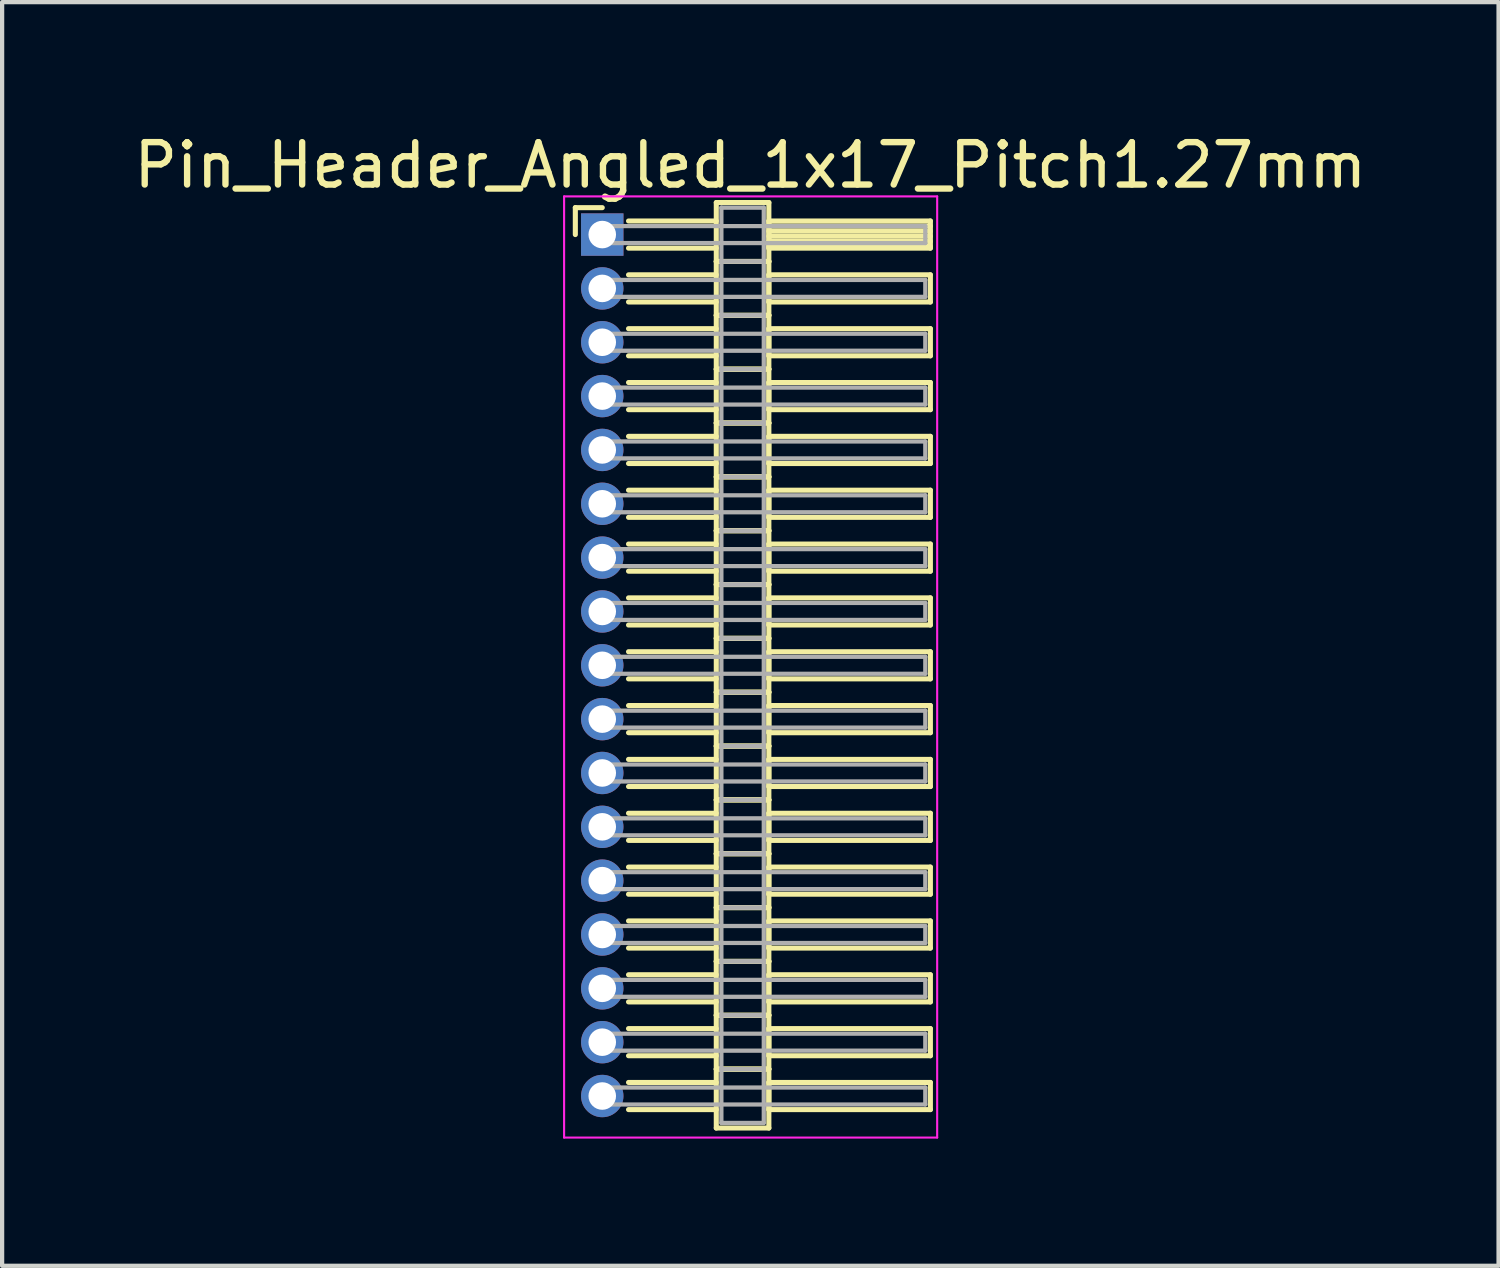
<source format=kicad_pcb>
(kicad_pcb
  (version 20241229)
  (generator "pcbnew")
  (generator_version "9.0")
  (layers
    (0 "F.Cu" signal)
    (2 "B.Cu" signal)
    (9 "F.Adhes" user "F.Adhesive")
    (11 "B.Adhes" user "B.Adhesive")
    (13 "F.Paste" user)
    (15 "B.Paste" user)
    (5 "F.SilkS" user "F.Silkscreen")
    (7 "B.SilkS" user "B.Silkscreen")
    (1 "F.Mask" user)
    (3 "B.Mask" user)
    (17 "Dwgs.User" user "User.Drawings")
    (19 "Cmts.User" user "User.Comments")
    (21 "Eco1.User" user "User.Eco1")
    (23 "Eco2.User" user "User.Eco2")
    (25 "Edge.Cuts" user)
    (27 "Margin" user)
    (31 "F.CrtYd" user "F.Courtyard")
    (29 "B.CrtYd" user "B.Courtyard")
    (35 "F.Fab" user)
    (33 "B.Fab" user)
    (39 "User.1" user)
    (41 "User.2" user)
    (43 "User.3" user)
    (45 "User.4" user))
  (footprint "Pin_Header_Angled_1x17_Pitch1.27mm"
    (layer "F.Cu")
    (at 11.156 2.483)
    (property "Reference" "Pin_Header_Angled_1x17_Pitch1.27mm" (at 3.493 -1.635 0) (layer "F.SilkS") (effects (font (size 1 1) (thickness 0.15))))
    (attr through_hole)
    (fp_line (start -0.635 -0.635) (end 0 -0.635) (stroke (width 0.12) (type solid)) (layer "F.SilkS"))
    (fp_line (start -0.635 0) (end -0.635 -0.635) (stroke (width 0.12) (type solid)) (layer "F.SilkS"))
    (fp_line (start 0.62 -0.32) (end 2.69 -0.32) (stroke (width 0.12) (type solid)) (layer "F.SilkS"))
    (fp_line (start 0.62 0.32) (end 2.69 0.32) (stroke (width 0.12) (type solid)) (layer "F.SilkS"))
    (fp_line (start 0.62 0.95) (end 2.69 0.95) (stroke (width 0.12) (type solid)) (layer "F.SilkS"))
    (fp_line (start 0.62 1.59) (end 2.69 1.59) (stroke (width 0.12) (type solid)) (layer "F.SilkS"))
    (fp_line (start 0.62 2.22) (end 2.69 2.22) (stroke (width 0.12) (type solid)) (layer "F.SilkS"))
    (fp_line (start 0.62 2.86) (end 2.69 2.86) (stroke (width 0.12) (type solid)) (layer "F.SilkS"))
    (fp_line (start 0.62 3.49) (end 2.69 3.49) (stroke (width 0.12) (type solid)) (layer "F.SilkS"))
    (fp_line (start 0.62 4.13) (end 2.69 4.13) (stroke (width 0.12) (type solid)) (layer "F.SilkS"))
    (fp_line (start 0.62 4.76) (end 2.69 4.76) (stroke (width 0.12) (type solid)) (layer "F.SilkS"))
    (fp_line (start 0.62 5.4) (end 2.69 5.4) (stroke (width 0.12) (type solid)) (layer "F.SilkS"))
    (fp_line (start 0.62 6.03) (end 2.69 6.03) (stroke (width 0.12) (type solid)) (layer "F.SilkS"))
    (fp_line (start 0.62 6.67) (end 2.69 6.67) (stroke (width 0.12) (type solid)) (layer "F.SilkS"))
    (fp_line (start 0.62 7.3) (end 2.69 7.3) (stroke (width 0.12) (type solid)) (layer "F.SilkS"))
    (fp_line (start 0.62 7.94) (end 2.69 7.94) (stroke (width 0.12) (type solid)) (layer "F.SilkS"))
    (fp_line (start 0.62 8.57) (end 2.69 8.57) (stroke (width 0.12) (type solid)) (layer "F.SilkS"))
    (fp_line (start 0.62 9.21) (end 2.69 9.21) (stroke (width 0.12) (type solid)) (layer "F.SilkS"))
    (fp_line (start 0.62 9.84) (end 2.69 9.84) (stroke (width 0.12) (type solid)) (layer "F.SilkS"))
    (fp_line (start 0.62 10.48) (end 2.69 10.48) (stroke (width 0.12) (type solid)) (layer "F.SilkS"))
    (fp_line (start 0.62 11.11) (end 2.69 11.11) (stroke (width 0.12) (type solid)) (layer "F.SilkS"))
    (fp_line (start 0.62 11.75) (end 2.69 11.75) (stroke (width 0.12) (type solid)) (layer "F.SilkS"))
    (fp_line (start 0.62 12.38) (end 2.69 12.38) (stroke (width 0.12) (type solid)) (layer "F.SilkS"))
    (fp_line (start 0.62 13.02) (end 2.69 13.02) (stroke (width 0.12) (type solid)) (layer "F.SilkS"))
    (fp_line (start 0.62 13.65) (end 2.69 13.65) (stroke (width 0.12) (type solid)) (layer "F.SilkS"))
    (fp_line (start 0.62 14.29) (end 2.69 14.29) (stroke (width 0.12) (type solid)) (layer "F.SilkS"))
    (fp_line (start 0.62 14.92) (end 2.69 14.92) (stroke (width 0.12) (type solid)) (layer "F.SilkS"))
    (fp_line (start 0.62 15.56) (end 2.69 15.56) (stroke (width 0.12) (type solid)) (layer "F.SilkS"))
    (fp_line (start 0.62 16.19) (end 2.69 16.19) (stroke (width 0.12) (type solid)) (layer "F.SilkS"))
    (fp_line (start 0.62 16.83) (end 2.69 16.83) (stroke (width 0.12) (type solid)) (layer "F.SilkS"))
    (fp_line (start 0.62 17.46) (end 2.69 17.46) (stroke (width 0.12) (type solid)) (layer "F.SilkS"))
    (fp_line (start 0.62 18.1) (end 2.69 18.1) (stroke (width 0.12) (type solid)) (layer "F.SilkS"))
    (fp_line (start 0.62 18.73) (end 2.69 18.73) (stroke (width 0.12) (type solid)) (layer "F.SilkS"))
    (fp_line (start 0.62 19.37) (end 2.69 19.37) (stroke (width 0.12) (type solid)) (layer "F.SilkS"))
    (fp_line (start 0.62 20) (end 2.69 20) (stroke (width 0.12) (type solid)) (layer "F.SilkS"))
    (fp_line (start 0.62 20.64) (end 2.69 20.64) (stroke (width 0.12) (type solid)) (layer "F.SilkS"))
    (fp_line (start 2.69 -0.755) (end 2.69 0.635) (stroke (width 0.12) (type solid)) (layer "F.SilkS"))
    (fp_line (start 2.69 0.635) (end 2.69 1.905) (stroke (width 0.12) (type solid)) (layer "F.SilkS"))
    (fp_line (start 2.69 0.635) (end 3.93 0.635) (stroke (width 0.12) (type solid)) (layer "F.SilkS"))
    (fp_line (start 2.69 1.905) (end 2.69 3.175) (stroke (width 0.12) (type solid)) (layer "F.SilkS"))
    (fp_line (start 2.69 1.905) (end 3.93 1.905) (stroke (width 0.12) (type solid)) (layer "F.SilkS"))
    (fp_line (start 2.69 3.175) (end 2.69 4.445) (stroke (width 0.12) (type solid)) (layer "F.SilkS"))
    (fp_line (start 2.69 3.175) (end 3.93 3.175) (stroke (width 0.12) (type solid)) (layer "F.SilkS"))
    (fp_line (start 2.69 4.445) (end 2.69 5.715) (stroke (width 0.12) (type solid)) (layer "F.SilkS"))
    (fp_line (start 2.69 4.445) (end 3.93 4.445) (stroke (width 0.12) (type solid)) (layer "F.SilkS"))
    (fp_line (start 2.69 5.715) (end 2.69 6.985) (stroke (width 0.12) (type solid)) (layer "F.SilkS"))
    (fp_line (start 2.69 5.715) (end 3.93 5.715) (stroke (width 0.12) (type solid)) (layer "F.SilkS"))
    (fp_line (start 2.69 6.985) (end 2.69 8.255) (stroke (width 0.12) (type solid)) (layer "F.SilkS"))
    (fp_line (start 2.69 6.985) (end 3.93 6.985) (stroke (width 0.12) (type solid)) (layer "F.SilkS"))
    (fp_line (start 2.69 8.255) (end 2.69 9.525) (stroke (width 0.12) (type solid)) (layer "F.SilkS"))
    (fp_line (start 2.69 8.255) (end 3.93 8.255) (stroke (width 0.12) (type solid)) (layer "F.SilkS"))
    (fp_line (start 2.69 9.525) (end 2.69 10.795) (stroke (width 0.12) (type solid)) (layer "F.SilkS"))
    (fp_line (start 2.69 9.525) (end 3.93 9.525) (stroke (width 0.12) (type solid)) (layer "F.SilkS"))
    (fp_line (start 2.69 10.795) (end 2.69 12.065) (stroke (width 0.12) (type solid)) (layer "F.SilkS"))
    (fp_line (start 2.69 10.795) (end 3.93 10.795) (stroke (width 0.12) (type solid)) (layer "F.SilkS"))
    (fp_line (start 2.69 12.065) (end 2.69 13.335) (stroke (width 0.12) (type solid)) (layer "F.SilkS"))
    (fp_line (start 2.69 12.065) (end 3.93 12.065) (stroke (width 0.12) (type solid)) (layer "F.SilkS"))
    (fp_line (start 2.69 13.335) (end 2.69 14.605) (stroke (width 0.12) (type solid)) (layer "F.SilkS"))
    (fp_line (start 2.69 13.335) (end 3.93 13.335) (stroke (width 0.12) (type solid)) (layer "F.SilkS"))
    (fp_line (start 2.69 14.605) (end 2.69 15.875) (stroke (width 0.12) (type solid)) (layer "F.SilkS"))
    (fp_line (start 2.69 14.605) (end 3.93 14.605) (stroke (width 0.12) (type solid)) (layer "F.SilkS"))
    (fp_line (start 2.69 15.875) (end 2.69 17.145) (stroke (width 0.12) (type solid)) (layer "F.SilkS"))
    (fp_line (start 2.69 15.875) (end 3.93 15.875) (stroke (width 0.12) (type solid)) (layer "F.SilkS"))
    (fp_line (start 2.69 17.145) (end 2.69 18.415) (stroke (width 0.12) (type solid)) (layer "F.SilkS"))
    (fp_line (start 2.69 17.145) (end 3.93 17.145) (stroke (width 0.12) (type solid)) (layer "F.SilkS"))
    (fp_line (start 2.69 18.415) (end 2.69 19.685) (stroke (width 0.12) (type solid)) (layer "F.SilkS"))
    (fp_line (start 2.69 18.415) (end 3.93 18.415) (stroke (width 0.12) (type solid)) (layer "F.SilkS"))
    (fp_line (start 2.69 19.685) (end 2.69 21.075) (stroke (width 0.12) (type solid)) (layer "F.SilkS"))
    (fp_line (start 2.69 19.685) (end 3.93 19.685) (stroke (width 0.12) (type solid)) (layer "F.SilkS"))
    (fp_line (start 2.69 21.075) (end 3.93 21.075) (stroke (width 0.12) (type solid)) (layer "F.SilkS"))
    (fp_line (start 3.93 -0.755) (end 2.69 -0.755) (stroke (width 0.12) (type solid)) (layer "F.SilkS"))
    (fp_line (start 3.93 -0.32) (end 3.93 0.32) (stroke (width 0.12) (type solid)) (layer "F.SilkS"))
    (fp_line (start 3.93 -0.2) (end 7.74 -0.2) (stroke (width 0.12) (type solid)) (layer "F.SilkS"))
    (fp_line (start 3.93 -0.08) (end 7.74 -0.08) (stroke (width 0.12) (type solid)) (layer "F.SilkS"))
    (fp_line (start 3.93 0.04) (end 7.74 0.04) (stroke (width 0.12) (type solid)) (layer "F.SilkS"))
    (fp_line (start 3.93 0.16) (end 7.74 0.16) (stroke (width 0.12) (type solid)) (layer "F.SilkS"))
    (fp_line (start 3.93 0.28) (end 7.74 0.28) (stroke (width 0.12) (type solid)) (layer "F.SilkS"))
    (fp_line (start 3.93 0.32) (end 7.74 0.32) (stroke (width 0.12) (type solid)) (layer "F.SilkS"))
    (fp_line (start 3.93 0.635) (end 2.69 0.635) (stroke (width 0.12) (type solid)) (layer "F.SilkS"))
    (fp_line (start 3.93 0.635) (end 3.93 -0.755) (stroke (width 0.12) (type solid)) (layer "F.SilkS"))
    (fp_line (start 3.93 0.95) (end 3.93 1.59) (stroke (width 0.12) (type solid)) (layer "F.SilkS"))
    (fp_line (start 3.93 1.59) (end 7.74 1.59) (stroke (width 0.12) (type solid)) (layer "F.SilkS"))
    (fp_line (start 3.93 1.905) (end 2.69 1.905) (stroke (width 0.12) (type solid)) (layer "F.SilkS"))
    (fp_line (start 3.93 1.905) (end 3.93 0.635) (stroke (width 0.12) (type solid)) (layer "F.SilkS"))
    (fp_line (start 3.93 2.22) (end 3.93 2.86) (stroke (width 0.12) (type solid)) (layer "F.SilkS"))
    (fp_line (start 3.93 2.86) (end 7.74 2.86) (stroke (width 0.12) (type solid)) (layer "F.SilkS"))
    (fp_line (start 3.93 3.175) (end 2.69 3.175) (stroke (width 0.12) (type solid)) (layer "F.SilkS"))
    (fp_line (start 3.93 3.175) (end 3.93 1.905) (stroke (width 0.12) (type solid)) (layer "F.SilkS"))
    (fp_line (start 3.93 3.49) (end 3.93 4.13) (stroke (width 0.12) (type solid)) (layer "F.SilkS"))
    (fp_line (start 3.93 4.13) (end 7.74 4.13) (stroke (width 0.12) (type solid)) (layer "F.SilkS"))
    (fp_line (start 3.93 4.445) (end 2.69 4.445) (stroke (width 0.12) (type solid)) (layer "F.SilkS"))
    (fp_line (start 3.93 4.445) (end 3.93 3.175) (stroke (width 0.12) (type solid)) (layer "F.SilkS"))
    (fp_line (start 3.93 4.76) (end 3.93 5.4) (stroke (width 0.12) (type solid)) (layer "F.SilkS"))
    (fp_line (start 3.93 5.4) (end 7.74 5.4) (stroke (width 0.12) (type solid)) (layer "F.SilkS"))
    (fp_line (start 3.93 5.715) (end 2.69 5.715) (stroke (width 0.12) (type solid)) (layer "F.SilkS"))
    (fp_line (start 3.93 5.715) (end 3.93 4.445) (stroke (width 0.12) (type solid)) (layer "F.SilkS"))
    (fp_line (start 3.93 6.03) (end 3.93 6.67) (stroke (width 0.12) (type solid)) (layer "F.SilkS"))
    (fp_line (start 3.93 6.67) (end 7.74 6.67) (stroke (width 0.12) (type solid)) (layer "F.SilkS"))
    (fp_line (start 3.93 6.985) (end 2.69 6.985) (stroke (width 0.12) (type solid)) (layer "F.SilkS"))
    (fp_line (start 3.93 6.985) (end 3.93 5.715) (stroke (width 0.12) (type solid)) (layer "F.SilkS"))
    (fp_line (start 3.93 7.3) (end 3.93 7.94) (stroke (width 0.12) (type solid)) (layer "F.SilkS"))
    (fp_line (start 3.93 7.94) (end 7.74 7.94) (stroke (width 0.12) (type solid)) (layer "F.SilkS"))
    (fp_line (start 3.93 8.255) (end 2.69 8.255) (stroke (width 0.12) (type solid)) (layer "F.SilkS"))
    (fp_line (start 3.93 8.255) (end 3.93 6.985) (stroke (width 0.12) (type solid)) (layer "F.SilkS"))
    (fp_line (start 3.93 8.57) (end 3.93 9.21) (stroke (width 0.12) (type solid)) (layer "F.SilkS"))
    (fp_line (start 3.93 9.21) (end 7.74 9.21) (stroke (width 0.12) (type solid)) (layer "F.SilkS"))
    (fp_line (start 3.93 9.525) (end 2.69 9.525) (stroke (width 0.12) (type solid)) (layer "F.SilkS"))
    (fp_line (start 3.93 9.525) (end 3.93 8.255) (stroke (width 0.12) (type solid)) (layer "F.SilkS"))
    (fp_line (start 3.93 9.84) (end 3.93 10.48) (stroke (width 0.12) (type solid)) (layer "F.SilkS"))
    (fp_line (start 3.93 10.48) (end 7.74 10.48) (stroke (width 0.12) (type solid)) (layer "F.SilkS"))
    (fp_line (start 3.93 10.795) (end 2.69 10.795) (stroke (width 0.12) (type solid)) (layer "F.SilkS"))
    (fp_line (start 3.93 10.795) (end 3.93 9.525) (stroke (width 0.12) (type solid)) (layer "F.SilkS"))
    (fp_line (start 3.93 11.11) (end 3.93 11.75) (stroke (width 0.12) (type solid)) (layer "F.SilkS"))
    (fp_line (start 3.93 11.75) (end 7.74 11.75) (stroke (width 0.12) (type solid)) (layer "F.SilkS"))
    (fp_line (start 3.93 12.065) (end 2.69 12.065) (stroke (width 0.12) (type solid)) (layer "F.SilkS"))
    (fp_line (start 3.93 12.065) (end 3.93 10.795) (stroke (width 0.12) (type solid)) (layer "F.SilkS"))
    (fp_line (start 3.93 12.38) (end 3.93 13.02) (stroke (width 0.12) (type solid)) (layer "F.SilkS"))
    (fp_line (start 3.93 13.02) (end 7.74 13.02) (stroke (width 0.12) (type solid)) (layer "F.SilkS"))
    (fp_line (start 3.93 13.335) (end 2.69 13.335) (stroke (width 0.12) (type solid)) (layer "F.SilkS"))
    (fp_line (start 3.93 13.335) (end 3.93 12.065) (stroke (width 0.12) (type solid)) (layer "F.SilkS"))
    (fp_line (start 3.93 13.65) (end 3.93 14.29) (stroke (width 0.12) (type solid)) (layer "F.SilkS"))
    (fp_line (start 3.93 14.29) (end 7.74 14.29) (stroke (width 0.12) (type solid)) (layer "F.SilkS"))
    (fp_line (start 3.93 14.605) (end 2.69 14.605) (stroke (width 0.12) (type solid)) (layer "F.SilkS"))
    (fp_line (start 3.93 14.605) (end 3.93 13.335) (stroke (width 0.12) (type solid)) (layer "F.SilkS"))
    (fp_line (start 3.93 14.92) (end 3.93 15.56) (stroke (width 0.12) (type solid)) (layer "F.SilkS"))
    (fp_line (start 3.93 15.56) (end 7.74 15.56) (stroke (width 0.12) (type solid)) (layer "F.SilkS"))
    (fp_line (start 3.93 15.875) (end 2.69 15.875) (stroke (width 0.12) (type solid)) (layer "F.SilkS"))
    (fp_line (start 3.93 15.875) (end 3.93 14.605) (stroke (width 0.12) (type solid)) (layer "F.SilkS"))
    (fp_line (start 3.93 16.19) (end 3.93 16.83) (stroke (width 0.12) (type solid)) (layer "F.SilkS"))
    (fp_line (start 3.93 16.83) (end 7.74 16.83) (stroke (width 0.12) (type solid)) (layer "F.SilkS"))
    (fp_line (start 3.93 17.145) (end 2.69 17.145) (stroke (width 0.12) (type solid)) (layer "F.SilkS"))
    (fp_line (start 3.93 17.145) (end 3.93 15.875) (stroke (width 0.12) (type solid)) (layer "F.SilkS"))
    (fp_line (start 3.93 17.46) (end 3.93 18.1) (stroke (width 0.12) (type solid)) (layer "F.SilkS"))
    (fp_line (start 3.93 18.1) (end 7.74 18.1) (stroke (width 0.12) (type solid)) (layer "F.SilkS"))
    (fp_line (start 3.93 18.415) (end 2.69 18.415) (stroke (width 0.12) (type solid)) (layer "F.SilkS"))
    (fp_line (start 3.93 18.415) (end 3.93 17.145) (stroke (width 0.12) (type solid)) (layer "F.SilkS"))
    (fp_line (start 3.93 18.73) (end 3.93 19.37) (stroke (width 0.12) (type solid)) (layer "F.SilkS"))
    (fp_line (start 3.93 19.37) (end 7.74 19.37) (stroke (width 0.12) (type solid)) (layer "F.SilkS"))
    (fp_line (start 3.93 19.685) (end 2.69 19.685) (stroke (width 0.12) (type solid)) (layer "F.SilkS"))
    (fp_line (start 3.93 19.685) (end 3.93 18.415) (stroke (width 0.12) (type solid)) (layer "F.SilkS"))
    (fp_line (start 3.93 20) (end 3.93 20.64) (stroke (width 0.12) (type solid)) (layer "F.SilkS"))
    (fp_line (start 3.93 20.64) (end 7.74 20.64) (stroke (width 0.12) (type solid)) (layer "F.SilkS"))
    (fp_line (start 3.93 21.075) (end 3.93 19.685) (stroke (width 0.12) (type solid)) (layer "F.SilkS"))
    (fp_line (start 7.74 -0.32) (end 3.93 -0.32) (stroke (width 0.12) (type solid)) (layer "F.SilkS"))
    (fp_line (start 7.74 0.32) (end 7.74 -0.32) (stroke (width 0.12) (type solid)) (layer "F.SilkS"))
    (fp_line (start 7.74 0.95) (end 3.93 0.95) (stroke (width 0.12) (type solid)) (layer "F.SilkS"))
    (fp_line (start 7.74 1.59) (end 7.74 0.95) (stroke (width 0.12) (type solid)) (layer "F.SilkS"))
    (fp_line (start 7.74 2.22) (end 3.93 2.22) (stroke (width 0.12) (type solid)) (layer "F.SilkS"))
    (fp_line (start 7.74 2.86) (end 7.74 2.22) (stroke (width 0.12) (type solid)) (layer "F.SilkS"))
    (fp_line (start 7.74 3.49) (end 3.93 3.49) (stroke (width 0.12) (type solid)) (layer "F.SilkS"))
    (fp_line (start 7.74 4.13) (end 7.74 3.49) (stroke (width 0.12) (type solid)) (layer "F.SilkS"))
    (fp_line (start 7.74 4.76) (end 3.93 4.76) (stroke (width 0.12) (type solid)) (layer "F.SilkS"))
    (fp_line (start 7.74 5.4) (end 7.74 4.76) (stroke (width 0.12) (type solid)) (layer "F.SilkS"))
    (fp_line (start 7.74 6.03) (end 3.93 6.03) (stroke (width 0.12) (type solid)) (layer "F.SilkS"))
    (fp_line (start 7.74 6.67) (end 7.74 6.03) (stroke (width 0.12) (type solid)) (layer "F.SilkS"))
    (fp_line (start 7.74 7.3) (end 3.93 7.3) (stroke (width 0.12) (type solid)) (layer "F.SilkS"))
    (fp_line (start 7.74 7.94) (end 7.74 7.3) (stroke (width 0.12) (type solid)) (layer "F.SilkS"))
    (fp_line (start 7.74 8.57) (end 3.93 8.57) (stroke (width 0.12) (type solid)) (layer "F.SilkS"))
    (fp_line (start 7.74 9.21) (end 7.74 8.57) (stroke (width 0.12) (type solid)) (layer "F.SilkS"))
    (fp_line (start 7.74 9.84) (end 3.93 9.84) (stroke (width 0.12) (type solid)) (layer "F.SilkS"))
    (fp_line (start 7.74 10.48) (end 7.74 9.84) (stroke (width 0.12) (type solid)) (layer "F.SilkS"))
    (fp_line (start 7.74 11.11) (end 3.93 11.11) (stroke (width 0.12) (type solid)) (layer "F.SilkS"))
    (fp_line (start 7.74 11.75) (end 7.74 11.11) (stroke (width 0.12) (type solid)) (layer "F.SilkS"))
    (fp_line (start 7.74 12.38) (end 3.93 12.38) (stroke (width 0.12) (type solid)) (layer "F.SilkS"))
    (fp_line (start 7.74 13.02) (end 7.74 12.38) (stroke (width 0.12) (type solid)) (layer "F.SilkS"))
    (fp_line (start 7.74 13.65) (end 3.93 13.65) (stroke (width 0.12) (type solid)) (layer "F.SilkS"))
    (fp_line (start 7.74 14.29) (end 7.74 13.65) (stroke (width 0.12) (type solid)) (layer "F.SilkS"))
    (fp_line (start 7.74 14.92) (end 3.93 14.92) (stroke (width 0.12) (type solid)) (layer "F.SilkS"))
    (fp_line (start 7.74 15.56) (end 7.74 14.92) (stroke (width 0.12) (type solid)) (layer "F.SilkS"))
    (fp_line (start 7.74 16.19) (end 3.93 16.19) (stroke (width 0.12) (type solid)) (layer "F.SilkS"))
    (fp_line (start 7.74 16.83) (end 7.74 16.19) (stroke (width 0.12) (type solid)) (layer "F.SilkS"))
    (fp_line (start 7.74 17.46) (end 3.93 17.46) (stroke (width 0.12) (type solid)) (layer "F.SilkS"))
    (fp_line (start 7.74 18.1) (end 7.74 17.46) (stroke (width 0.12) (type solid)) (layer "F.SilkS"))
    (fp_line (start 7.74 18.73) (end 3.93 18.73) (stroke (width 0.12) (type solid)) (layer "F.SilkS"))
    (fp_line (start 7.74 19.37) (end 7.74 18.73) (stroke (width 0.12) (type solid)) (layer "F.SilkS"))
    (fp_line (start 7.74 20) (end 3.93 20) (stroke (width 0.12) (type solid)) (layer "F.SilkS"))
    (fp_line (start 7.74 20.64) (end 7.74 20) (stroke (width 0.12) (type solid)) (layer "F.SilkS"))
    (fp_line (start -0.9 -0.9) (end -0.9 21.3) (stroke (width 0.05) (type solid)) (layer "F.CrtYd"))
    (fp_line (start -0.9 21.3) (end 7.9 21.3) (stroke (width 0.05) (type solid)) (layer "F.CrtYd"))
    (fp_line (start 7.9 -0.9) (end -0.9 -0.9) (stroke (width 0.05) (type solid)) (layer "F.CrtYd"))
    (fp_line (start 7.9 21.3) (end 7.9 -0.9) (stroke (width 0.05) (type solid)) (layer "F.CrtYd"))
    (fp_line (start 0 -0.2) (end 0 0.2) (stroke (width 0.1) (type solid)) (layer "F.Fab"))
    (fp_line (start 0 0.2) (end 7.62 0.2) (stroke (width 0.1) (type solid)) (layer "F.Fab"))
    (fp_line (start 0 1.07) (end 0 1.47) (stroke (width 0.1) (type solid)) (layer "F.Fab"))
    (fp_line (start 0 1.47) (end 7.62 1.47) (stroke (width 0.1) (type solid)) (layer "F.Fab"))
    (fp_line (start 0 2.34) (end 0 2.74) (stroke (width 0.1) (type solid)) (layer "F.Fab"))
    (fp_line (start 0 2.74) (end 7.62 2.74) (stroke (width 0.1) (type solid)) (layer "F.Fab"))
    (fp_line (start 0 3.61) (end 0 4.01) (stroke (width 0.1) (type solid)) (layer "F.Fab"))
    (fp_line (start 0 4.01) (end 7.62 4.01) (stroke (width 0.1) (type solid)) (layer "F.Fab"))
    (fp_line (start 0 4.88) (end 0 5.28) (stroke (width 0.1) (type solid)) (layer "F.Fab"))
    (fp_line (start 0 5.28) (end 7.62 5.28) (stroke (width 0.1) (type solid)) (layer "F.Fab"))
    (fp_line (start 0 6.15) (end 0 6.55) (stroke (width 0.1) (type solid)) (layer "F.Fab"))
    (fp_line (start 0 6.55) (end 7.62 6.55) (stroke (width 0.1) (type solid)) (layer "F.Fab"))
    (fp_line (start 0 7.42) (end 0 7.82) (stroke (width 0.1) (type solid)) (layer "F.Fab"))
    (fp_line (start 0 7.82) (end 7.62 7.82) (stroke (width 0.1) (type solid)) (layer "F.Fab"))
    (fp_line (start 0 8.69) (end 0 9.09) (stroke (width 0.1) (type solid)) (layer "F.Fab"))
    (fp_line (start 0 9.09) (end 7.62 9.09) (stroke (width 0.1) (type solid)) (layer "F.Fab"))
    (fp_line (start 0 9.96) (end 0 10.36) (stroke (width 0.1) (type solid)) (layer "F.Fab"))
    (fp_line (start 0 10.36) (end 7.62 10.36) (stroke (width 0.1) (type solid)) (layer "F.Fab"))
    (fp_line (start 0 11.23) (end 0 11.63) (stroke (width 0.1) (type solid)) (layer "F.Fab"))
    (fp_line (start 0 11.63) (end 7.62 11.63) (stroke (width 0.1) (type solid)) (layer "F.Fab"))
    (fp_line (start 0 12.5) (end 0 12.9) (stroke (width 0.1) (type solid)) (layer "F.Fab"))
    (fp_line (start 0 12.9) (end 7.62 12.9) (stroke (width 0.1) (type solid)) (layer "F.Fab"))
    (fp_line (start 0 13.77) (end 0 14.17) (stroke (width 0.1) (type solid)) (layer "F.Fab"))
    (fp_line (start 0 14.17) (end 7.62 14.17) (stroke (width 0.1) (type solid)) (layer "F.Fab"))
    (fp_line (start 0 15.04) (end 0 15.44) (stroke (width 0.1) (type solid)) (layer "F.Fab"))
    (fp_line (start 0 15.44) (end 7.62 15.44) (stroke (width 0.1) (type solid)) (layer "F.Fab"))
    (fp_line (start 0 16.31) (end 0 16.71) (stroke (width 0.1) (type solid)) (layer "F.Fab"))
    (fp_line (start 0 16.71) (end 7.62 16.71) (stroke (width 0.1) (type solid)) (layer "F.Fab"))
    (fp_line (start 0 17.58) (end 0 17.98) (stroke (width 0.1) (type solid)) (layer "F.Fab"))
    (fp_line (start 0 17.98) (end 7.62 17.98) (stroke (width 0.1) (type solid)) (layer "F.Fab"))
    (fp_line (start 0 18.85) (end 0 19.25) (stroke (width 0.1) (type solid)) (layer "F.Fab"))
    (fp_line (start 0 19.25) (end 7.62 19.25) (stroke (width 0.1) (type solid)) (layer "F.Fab"))
    (fp_line (start 0 20.12) (end 0 20.52) (stroke (width 0.1) (type solid)) (layer "F.Fab"))
    (fp_line (start 0 20.52) (end 7.62 20.52) (stroke (width 0.1) (type solid)) (layer "F.Fab"))
    (fp_line (start 2.81 -0.635) (end 2.81 0.635) (stroke (width 0.1) (type solid)) (layer "F.Fab"))
    (fp_line (start 2.81 0.635) (end 2.81 1.905) (stroke (width 0.1) (type solid)) (layer "F.Fab"))
    (fp_line (start 2.81 0.635) (end 3.81 0.635) (stroke (width 0.1) (type solid)) (layer "F.Fab"))
    (fp_line (start 2.81 1.905) (end 2.81 3.175) (stroke (width 0.1) (type solid)) (layer "F.Fab"))
    (fp_line (start 2.81 1.905) (end 3.81 1.905) (stroke (width 0.1) (type solid)) (layer "F.Fab"))
    (fp_line (start 2.81 3.175) (end 2.81 4.445) (stroke (width 0.1) (type solid)) (layer "F.Fab"))
    (fp_line (start 2.81 3.175) (end 3.81 3.175) (stroke (width 0.1) (type solid)) (layer "F.Fab"))
    (fp_line (start 2.81 4.445) (end 2.81 5.715) (stroke (width 0.1) (type solid)) (layer "F.Fab"))
    (fp_line (start 2.81 4.445) (end 3.81 4.445) (stroke (width 0.1) (type solid)) (layer "F.Fab"))
    (fp_line (start 2.81 5.715) (end 2.81 6.985) (stroke (width 0.1) (type solid)) (layer "F.Fab"))
    (fp_line (start 2.81 5.715) (end 3.81 5.715) (stroke (width 0.1) (type solid)) (layer "F.Fab"))
    (fp_line (start 2.81 6.985) (end 2.81 8.255) (stroke (width 0.1) (type solid)) (layer "F.Fab"))
    (fp_line (start 2.81 6.985) (end 3.81 6.985) (stroke (width 0.1) (type solid)) (layer "F.Fab"))
    (fp_line (start 2.81 8.255) (end 2.81 9.525) (stroke (width 0.1) (type solid)) (layer "F.Fab"))
    (fp_line (start 2.81 8.255) (end 3.81 8.255) (stroke (width 0.1) (type solid)) (layer "F.Fab"))
    (fp_line (start 2.81 9.525) (end 2.81 10.795) (stroke (width 0.1) (type solid)) (layer "F.Fab"))
    (fp_line (start 2.81 9.525) (end 3.81 9.525) (stroke (width 0.1) (type solid)) (layer "F.Fab"))
    (fp_line (start 2.81 10.795) (end 2.81 12.065) (stroke (width 0.1) (type solid)) (layer "F.Fab"))
    (fp_line (start 2.81 10.795) (end 3.81 10.795) (stroke (width 0.1) (type solid)) (layer "F.Fab"))
    (fp_line (start 2.81 12.065) (end 2.81 13.335) (stroke (width 0.1) (type solid)) (layer "F.Fab"))
    (fp_line (start 2.81 12.065) (end 3.81 12.065) (stroke (width 0.1) (type solid)) (layer "F.Fab"))
    (fp_line (start 2.81 13.335) (end 2.81 14.605) (stroke (width 0.1) (type solid)) (layer "F.Fab"))
    (fp_line (start 2.81 13.335) (end 3.81 13.335) (stroke (width 0.1) (type solid)) (layer "F.Fab"))
    (fp_line (start 2.81 14.605) (end 2.81 15.875) (stroke (width 0.1) (type solid)) (layer "F.Fab"))
    (fp_line (start 2.81 14.605) (end 3.81 14.605) (stroke (width 0.1) (type solid)) (layer "F.Fab"))
    (fp_line (start 2.81 15.875) (end 2.81 17.145) (stroke (width 0.1) (type solid)) (layer "F.Fab"))
    (fp_line (start 2.81 15.875) (end 3.81 15.875) (stroke (width 0.1) (type solid)) (layer "F.Fab"))
    (fp_line (start 2.81 17.145) (end 2.81 18.415) (stroke (width 0.1) (type solid)) (layer "F.Fab"))
    (fp_line (start 2.81 17.145) (end 3.81 17.145) (stroke (width 0.1) (type solid)) (layer "F.Fab"))
    (fp_line (start 2.81 18.415) (end 2.81 19.685) (stroke (width 0.1) (type solid)) (layer "F.Fab"))
    (fp_line (start 2.81 18.415) (end 3.81 18.415) (stroke (width 0.1) (type solid)) (layer "F.Fab"))
    (fp_line (start 2.81 19.685) (end 2.81 20.955) (stroke (width 0.1) (type solid)) (layer "F.Fab"))
    (fp_line (start 2.81 19.685) (end 3.81 19.685) (stroke (width 0.1) (type solid)) (layer "F.Fab"))
    (fp_line (start 2.81 20.955) (end 3.81 20.955) (stroke (width 0.1) (type solid)) (layer "F.Fab"))
    (fp_line (start 3.81 -0.635) (end 2.81 -0.635) (stroke (width 0.1) (type solid)) (layer "F.Fab"))
    (fp_line (start 3.81 0.635) (end 2.81 0.635) (stroke (width 0.1) (type solid)) (layer "F.Fab"))
    (fp_line (start 3.81 0.635) (end 3.81 -0.635) (stroke (width 0.1) (type solid)) (layer "F.Fab"))
    (fp_line (start 3.81 1.905) (end 2.81 1.905) (stroke (width 0.1) (type solid)) (layer "F.Fab"))
    (fp_line (start 3.81 1.905) (end 3.81 0.635) (stroke (width 0.1) (type solid)) (layer "F.Fab"))
    (fp_line (start 3.81 3.175) (end 2.81 3.175) (stroke (width 0.1) (type solid)) (layer "F.Fab"))
    (fp_line (start 3.81 3.175) (end 3.81 1.905) (stroke (width 0.1) (type solid)) (layer "F.Fab"))
    (fp_line (start 3.81 4.445) (end 2.81 4.445) (stroke (width 0.1) (type solid)) (layer "F.Fab"))
    (fp_line (start 3.81 4.445) (end 3.81 3.175) (stroke (width 0.1) (type solid)) (layer "F.Fab"))
    (fp_line (start 3.81 5.715) (end 2.81 5.715) (stroke (width 0.1) (type solid)) (layer "F.Fab"))
    (fp_line (start 3.81 5.715) (end 3.81 4.445) (stroke (width 0.1) (type solid)) (layer "F.Fab"))
    (fp_line (start 3.81 6.985) (end 2.81 6.985) (stroke (width 0.1) (type solid)) (layer "F.Fab"))
    (fp_line (start 3.81 6.985) (end 3.81 5.715) (stroke (width 0.1) (type solid)) (layer "F.Fab"))
    (fp_line (start 3.81 8.255) (end 2.81 8.255) (stroke (width 0.1) (type solid)) (layer "F.Fab"))
    (fp_line (start 3.81 8.255) (end 3.81 6.985) (stroke (width 0.1) (type solid)) (layer "F.Fab"))
    (fp_line (start 3.81 9.525) (end 2.81 9.525) (stroke (width 0.1) (type solid)) (layer "F.Fab"))
    (fp_line (start 3.81 9.525) (end 3.81 8.255) (stroke (width 0.1) (type solid)) (layer "F.Fab"))
    (fp_line (start 3.81 10.795) (end 2.81 10.795) (stroke (width 0.1) (type solid)) (layer "F.Fab"))
    (fp_line (start 3.81 10.795) (end 3.81 9.525) (stroke (width 0.1) (type solid)) (layer "F.Fab"))
    (fp_line (start 3.81 12.065) (end 2.81 12.065) (stroke (width 0.1) (type solid)) (layer "F.Fab"))
    (fp_line (start 3.81 12.065) (end 3.81 10.795) (stroke (width 0.1) (type solid)) (layer "F.Fab"))
    (fp_line (start 3.81 13.335) (end 2.81 13.335) (stroke (width 0.1) (type solid)) (layer "F.Fab"))
    (fp_line (start 3.81 13.335) (end 3.81 12.065) (stroke (width 0.1) (type solid)) (layer "F.Fab"))
    (fp_line (start 3.81 14.605) (end 2.81 14.605) (stroke (width 0.1) (type solid)) (layer "F.Fab"))
    (fp_line (start 3.81 14.605) (end 3.81 13.335) (stroke (width 0.1) (type solid)) (layer "F.Fab"))
    (fp_line (start 3.81 15.875) (end 2.81 15.875) (stroke (width 0.1) (type solid)) (layer "F.Fab"))
    (fp_line (start 3.81 15.875) (end 3.81 14.605) (stroke (width 0.1) (type solid)) (layer "F.Fab"))
    (fp_line (start 3.81 17.145) (end 2.81 17.145) (stroke (width 0.1) (type solid)) (layer "F.Fab"))
    (fp_line (start 3.81 17.145) (end 3.81 15.875) (stroke (width 0.1) (type solid)) (layer "F.Fab"))
    (fp_line (start 3.81 18.415) (end 2.81 18.415) (stroke (width 0.1) (type solid)) (layer "F.Fab"))
    (fp_line (start 3.81 18.415) (end 3.81 17.145) (stroke (width 0.1) (type solid)) (layer "F.Fab"))
    (fp_line (start 3.81 19.685) (end 2.81 19.685) (stroke (width 0.1) (type solid)) (layer "F.Fab"))
    (fp_line (start 3.81 19.685) (end 3.81 18.415) (stroke (width 0.1) (type solid)) (layer "F.Fab"))
    (fp_line (start 3.81 20.955) (end 3.81 19.685) (stroke (width 0.1) (type solid)) (layer "F.Fab"))
    (fp_line (start 7.62 -0.2) (end 0 -0.2) (stroke (width 0.1) (type solid)) (layer "F.Fab"))
    (fp_line (start 7.62 0.2) (end 7.62 -0.2) (stroke (width 0.1) (type solid)) (layer "F.Fab"))
    (fp_line (start 7.62 1.07) (end 0 1.07) (stroke (width 0.1) (type solid)) (layer "F.Fab"))
    (fp_line (start 7.62 1.47) (end 7.62 1.07) (stroke (width 0.1) (type solid)) (layer "F.Fab"))
    (fp_line (start 7.62 2.34) (end 0 2.34) (stroke (width 0.1) (type solid)) (layer "F.Fab"))
    (fp_line (start 7.62 2.74) (end 7.62 2.34) (stroke (width 0.1) (type solid)) (layer "F.Fab"))
    (fp_line (start 7.62 3.61) (end 0 3.61) (stroke (width 0.1) (type solid)) (layer "F.Fab"))
    (fp_line (start 7.62 4.01) (end 7.62 3.61) (stroke (width 0.1) (type solid)) (layer "F.Fab"))
    (fp_line (start 7.62 4.88) (end 0 4.88) (stroke (width 0.1) (type solid)) (layer "F.Fab"))
    (fp_line (start 7.62 5.28) (end 7.62 4.88) (stroke (width 0.1) (type solid)) (layer "F.Fab"))
    (fp_line (start 7.62 6.15) (end 0 6.15) (stroke (width 0.1) (type solid)) (layer "F.Fab"))
    (fp_line (start 7.62 6.55) (end 7.62 6.15) (stroke (width 0.1) (type solid)) (layer "F.Fab"))
    (fp_line (start 7.62 7.42) (end 0 7.42) (stroke (width 0.1) (type solid)) (layer "F.Fab"))
    (fp_line (start 7.62 7.82) (end 7.62 7.42) (stroke (width 0.1) (type solid)) (layer "F.Fab"))
    (fp_line (start 7.62 8.69) (end 0 8.69) (stroke (width 0.1) (type solid)) (layer "F.Fab"))
    (fp_line (start 7.62 9.09) (end 7.62 8.69) (stroke (width 0.1) (type solid)) (layer "F.Fab"))
    (fp_line (start 7.62 9.96) (end 0 9.96) (stroke (width 0.1) (type solid)) (layer "F.Fab"))
    (fp_line (start 7.62 10.36) (end 7.62 9.96) (stroke (width 0.1) (type solid)) (layer "F.Fab"))
    (fp_line (start 7.62 11.23) (end 0 11.23) (stroke (width 0.1) (type solid)) (layer "F.Fab"))
    (fp_line (start 7.62 11.63) (end 7.62 11.23) (stroke (width 0.1) (type solid)) (layer "F.Fab"))
    (fp_line (start 7.62 12.5) (end 0 12.5) (stroke (width 0.1) (type solid)) (layer "F.Fab"))
    (fp_line (start 7.62 12.9) (end 7.62 12.5) (stroke (width 0.1) (type solid)) (layer "F.Fab"))
    (fp_line (start 7.62 13.77) (end 0 13.77) (stroke (width 0.1) (type solid)) (layer "F.Fab"))
    (fp_line (start 7.62 14.17) (end 7.62 13.77) (stroke (width 0.1) (type solid)) (layer "F.Fab"))
    (fp_line (start 7.62 15.04) (end 0 15.04) (stroke (width 0.1) (type solid)) (layer "F.Fab"))
    (fp_line (start 7.62 15.44) (end 7.62 15.04) (stroke (width 0.1) (type solid)) (layer "F.Fab"))
    (fp_line (start 7.62 16.31) (end 0 16.31) (stroke (width 0.1) (type solid)) (layer "F.Fab"))
    (fp_line (start 7.62 16.71) (end 7.62 16.31) (stroke (width 0.1) (type solid)) (layer "F.Fab"))
    (fp_line (start 7.62 17.58) (end 0 17.58) (stroke (width 0.1) (type solid)) (layer "F.Fab"))
    (fp_line (start 7.62 17.98) (end 7.62 17.58) (stroke (width 0.1) (type solid)) (layer "F.Fab"))
    (fp_line (start 7.62 18.85) (end 0 18.85) (stroke (width 0.1) (type solid)) (layer "F.Fab"))
    (fp_line (start 7.62 19.25) (end 7.62 18.85) (stroke (width 0.1) (type solid)) (layer "F.Fab"))
    (fp_line (start 7.62 20.12) (end 0 20.12) (stroke (width 0.1) (type solid)) (layer "F.Fab"))
    (fp_line (start 7.62 20.52) (end 7.62 20.12) (stroke (width 0.1) (type solid)) (layer "F.Fab"))
    (pad "1" thru_hole rect (at 0 0) (size 1 1) (drill 0.65) (layers "*.Cu" "*.Mask"))
    (pad "2" thru_hole oval (at 0 1.27) (size 1 1) (drill 0.65) (layers "*.Cu" "*.Mask"))
    (pad "3" thru_hole oval (at 0 2.54) (size 1 1) (drill 0.65) (layers "*.Cu" "*.Mask"))
    (pad "4" thru_hole oval (at 0 3.81) (size 1 1) (drill 0.65) (layers "*.Cu" "*.Mask"))
    (pad "5" thru_hole oval (at 0 5.08) (size 1 1) (drill 0.65) (layers "*.Cu" "*.Mask"))
    (pad "6" thru_hole oval (at 0 6.35) (size 1 1) (drill 0.65) (layers "*.Cu" "*.Mask"))
    (pad "7" thru_hole oval (at 0 7.62) (size 1 1) (drill 0.65) (layers "*.Cu" "*.Mask"))
    (pad "8" thru_hole oval (at 0 8.89) (size 1 1) (drill 0.65) (layers "*.Cu" "*.Mask"))
    (pad "9" thru_hole oval (at 0 10.16) (size 1 1) (drill 0.65) (layers "*.Cu" "*.Mask"))
    (pad "10" thru_hole oval (at 0 11.43) (size 1 1) (drill 0.65) (layers "*.Cu" "*.Mask"))
    (pad "11" thru_hole oval (at 0 12.7) (size 1 1) (drill 0.65) (layers "*.Cu" "*.Mask"))
    (pad "12" thru_hole oval (at 0 13.97) (size 1 1) (drill 0.65) (layers "*.Cu" "*.Mask"))
    (pad "13" thru_hole oval (at 0 15.24) (size 1 1) (drill 0.65) (layers "*.Cu" "*.Mask"))
    (pad "14" thru_hole oval (at 0 16.51) (size 1 1) (drill 0.65) (layers "*.Cu" "*.Mask"))
    (pad "15" thru_hole oval (at 0 17.78) (size 1 1) (drill 0.65) (layers "*.Cu" "*.Mask"))
    (pad "16" thru_hole oval (at 0 19.05) (size 1 1) (drill 0.65) (layers "*.Cu" "*.Mask"))
    (pad "17" thru_hole oval (at 0 20.32) (size 1 1) (drill 0.65) (layers "*.Cu" "*.Mask")))
  (gr_rect
    (start -3 -3)
    (end 32.298 26.808)
    (stroke (width 0.1) (type default))
    (fill no)
    (layer "Edge.Cuts")))
</source>
